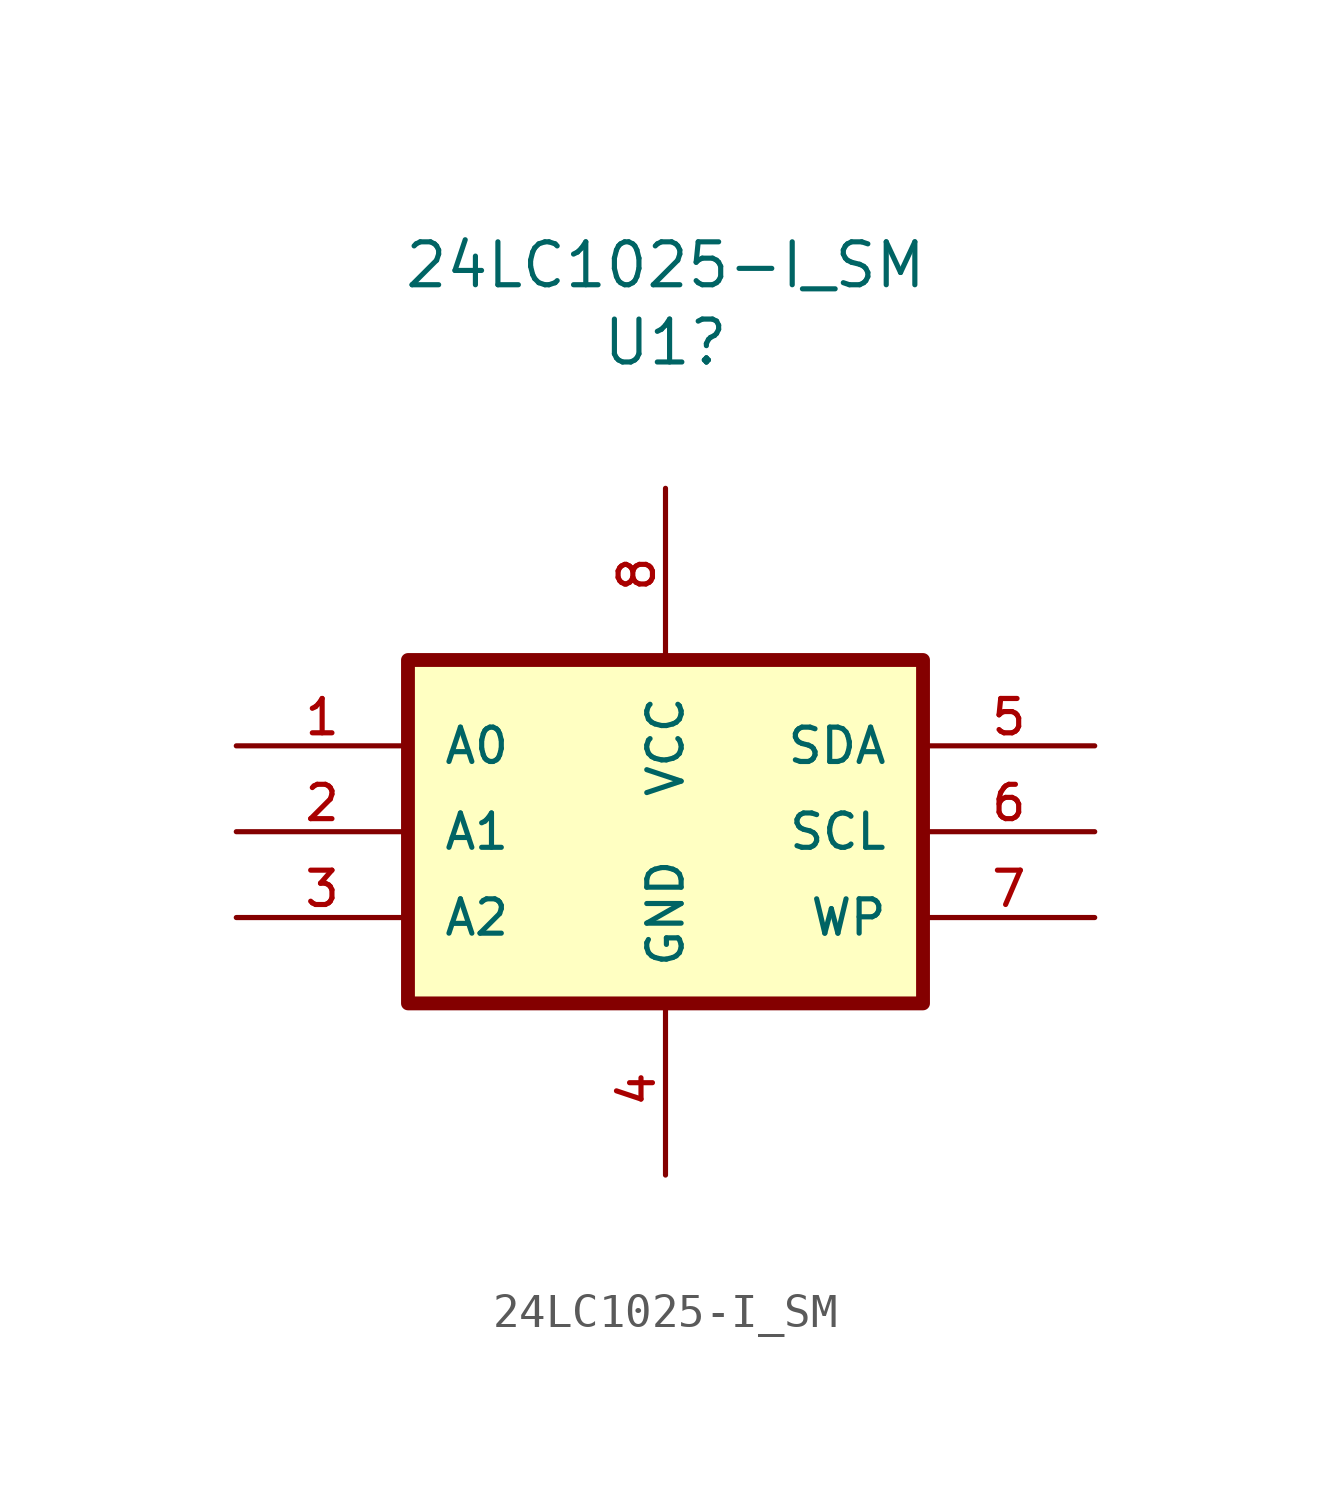
<source format=kicad_sym>
(kicad_symbol_lib
  (version 20241209)
  (generator "kicad_symbol_editor")
  (generator_version "9.0")
  (symbol "24LC1025-I_SM"
    (pin_names
      (offset 1.016))
    (property "Reference" "U1"
      (at 0 19.558 0)
      (effects (font (size 1.27 1.27))))
    (property "Value" "24LC1025-I_SM"
      (at 0 21.844 0)
      (effects (font (size 1.27 1.27))))
    (property "Purpose" ""
      (at 0 0 0)
      (effects (font (size 1.27 1.27))))
    (symbol "24LC1025-I_SM_0_0"
      (rectangle (start -7.62 10.16) (end 7.62 0) (stroke (width 0.41) (type default)) (fill (type background)))
      (pin input line (at -12.7 7.62 0) (length 5.08) (name "A0" (effects (font (size 1.016 1.016)))) (number "1" (effects (font (size 1.016 1.016)))))
      (pin input line (at -12.7 5.08 0) (length 5.08) (name "A1" (effects (font (size 1.016 1.016)))) (number "2" (effects (font (size 1.016 1.016)))))
      (pin input line (at -12.7 2.54 0) (length 5.08) (name "A2" (effects (font (size 1.016 1.016)))) (number "3" (effects (font (size 1.016 1.016)))))
      (pin bidirectional line (at 12.7 7.62 180) (length 5.08) (name "SDA" (effects (font (size 1.016 1.016)))) (number "5" (effects (font (size 1.016 1.016)))))
      (pin input line (at 12.7 5.08 180) (length 5.08) (name "SCL" (effects (font (size 1.016 1.016)))) (number "6" (effects (font (size 1.016 1.016)))))
      (pin input line (at 12.7 2.54 180) (length 5.08) (name "WP" (effects (font (size 1.016 1.016)))) (number "7" (effects (font (size 1.016 1.016))))))
    (symbol "24LC1025-I_SM_1_0"
      (pin power_in line (at 0 15.24 270) (length 5.08) (name "VCC" (effects (font (size 1.016 1.016)))) (number "8" (effects (font (size 1.016 1.016)))))
      (pin power_in line (at 0 -5.08 90) (length 5.08) (name "GND" (effects (font (size 1.016 1.016)))) (number "4" (effects (font (size 1.016 1.016))))))))
</source>
